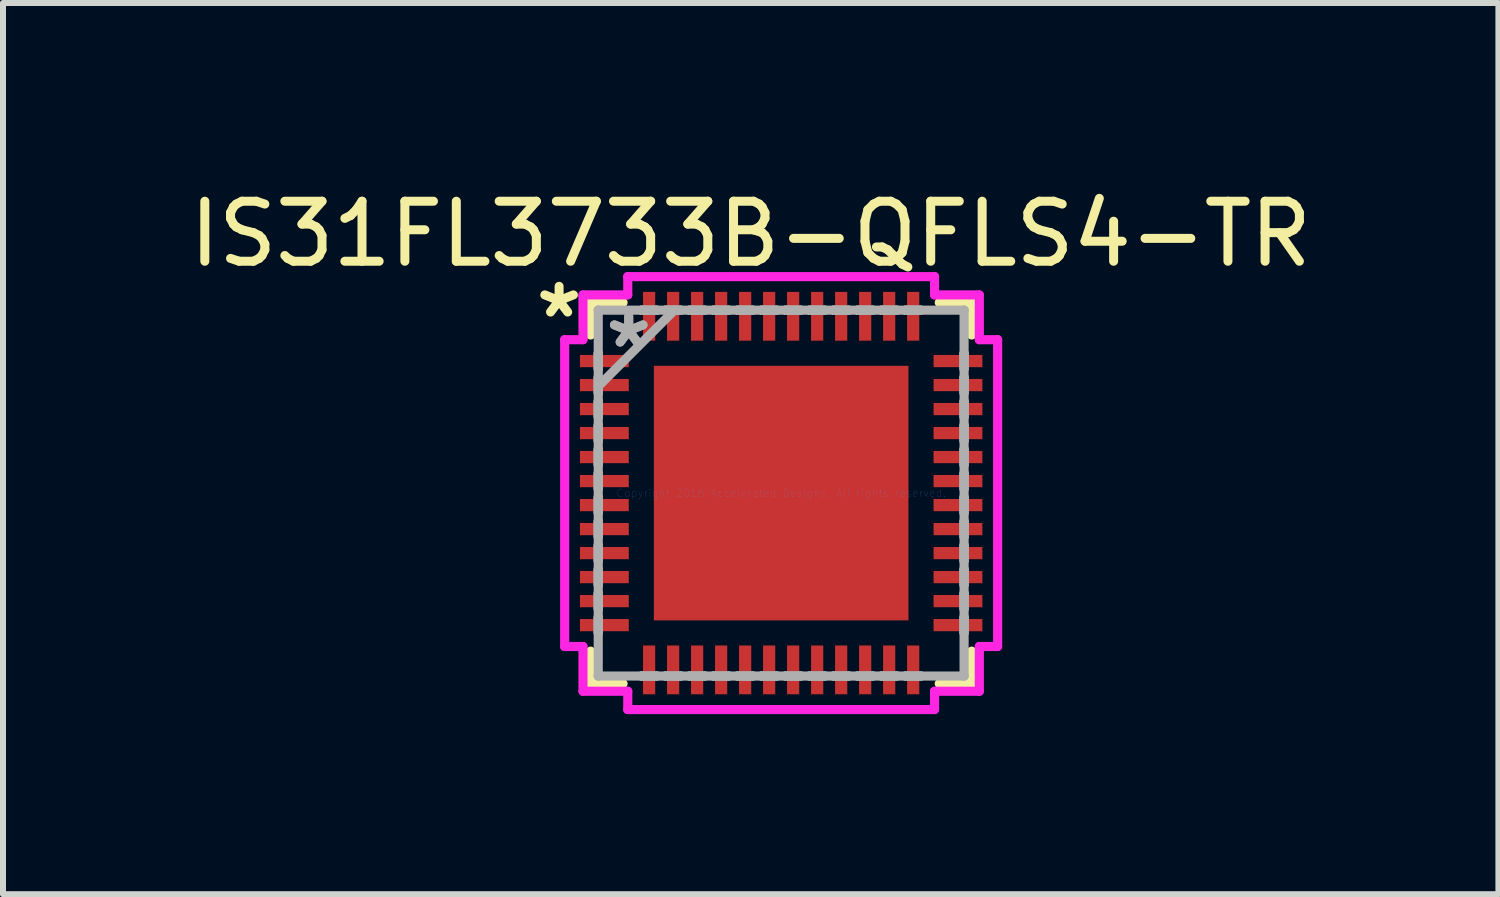
<source format=kicad_pcb>
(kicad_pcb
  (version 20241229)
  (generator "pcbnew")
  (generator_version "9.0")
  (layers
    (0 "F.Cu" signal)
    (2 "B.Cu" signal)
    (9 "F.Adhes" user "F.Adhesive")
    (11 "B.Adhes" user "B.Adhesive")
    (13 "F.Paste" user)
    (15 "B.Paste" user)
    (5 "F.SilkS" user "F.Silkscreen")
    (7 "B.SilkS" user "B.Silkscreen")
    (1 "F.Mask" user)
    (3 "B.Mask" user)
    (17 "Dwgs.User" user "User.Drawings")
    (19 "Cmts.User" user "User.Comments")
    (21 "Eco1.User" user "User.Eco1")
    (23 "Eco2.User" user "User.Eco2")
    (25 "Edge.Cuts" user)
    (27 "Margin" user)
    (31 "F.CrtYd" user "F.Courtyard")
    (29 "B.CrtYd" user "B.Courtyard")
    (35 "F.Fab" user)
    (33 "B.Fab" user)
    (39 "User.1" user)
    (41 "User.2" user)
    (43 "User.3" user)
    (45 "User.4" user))
  (footprint "IS31FL3733B-QFLS4-TR"
    (layer "F.Cu")
    (at 9.966 5.166)
    (property "Reference" "IS31FL3733B-QFLS4-TR" (at -0.508 -4.318 0) (layer "F.SilkS") (effects (font (size 1 1) (thickness 0.15))))
    (attr smd)
    (fp_line (start -3.175 -3.175) (end -3.175 -2.634) (stroke (width 0.152) (type solid)) (layer "F.SilkS"))
    (fp_line (start -3.175 2.634) (end -3.175 3.175) (stroke (width 0.152) (type solid)) (layer "F.SilkS"))
    (fp_line (start -3.175 3.175) (end -2.634 3.175) (stroke (width 0.152) (type solid)) (layer "F.SilkS"))
    (fp_line (start -2.634 -3.175) (end -3.175 -3.175) (stroke (width 0.152) (type solid)) (layer "F.SilkS"))
    (fp_line (start 2.634 3.175) (end 3.175 3.175) (stroke (width 0.152) (type solid)) (layer "F.SilkS"))
    (fp_line (start 3.175 -3.175) (end 2.634 -3.175) (stroke (width 0.152) (type solid)) (layer "F.SilkS"))
    (fp_line (start 3.175 -2.634) (end 3.175 -3.175) (stroke (width 0.152) (type solid)) (layer "F.SilkS"))
    (fp_line (start 3.175 3.175) (end 3.175 2.634) (stroke (width 0.152) (type solid)) (layer "F.SilkS"))
    (fp_line (start -2.021 -2.021) (end -2.021 -0.807) (stroke (width 0.152) (type solid)) (layer "F.Paste"))
    (fp_line (start -2.021 -0.807) (end -0.807 -0.807) (stroke (width 0.152) (type solid)) (layer "F.Paste"))
    (fp_line (start -2.021 -0.607) (end -2.021 0.607) (stroke (width 0.152) (type solid)) (layer "F.Paste"))
    (fp_line (start -2.021 0.607) (end -0.807 0.607) (stroke (width 0.152) (type solid)) (layer "F.Paste"))
    (fp_line (start -2.021 0.807) (end -2.021 2.021) (stroke (width 0.152) (type solid)) (layer "F.Paste"))
    (fp_line (start -2.021 2.021) (end -0.807 2.021) (stroke (width 0.152) (type solid)) (layer "F.Paste"))
    (fp_line (start -0.807 -2.021) (end -2.021 -2.021) (stroke (width 0.152) (type solid)) (layer "F.Paste"))
    (fp_line (start -0.807 -0.807) (end -0.807 -2.021) (stroke (width 0.152) (type solid)) (layer "F.Paste"))
    (fp_line (start -0.807 -0.607) (end -2.021 -0.607) (stroke (width 0.152) (type solid)) (layer "F.Paste"))
    (fp_line (start -0.807 0.607) (end -0.807 -0.607) (stroke (width 0.152) (type solid)) (layer "F.Paste"))
    (fp_line (start -0.807 0.807) (end -2.021 0.807) (stroke (width 0.152) (type solid)) (layer "F.Paste"))
    (fp_line (start -0.807 2.021) (end -0.807 0.807) (stroke (width 0.152) (type solid)) (layer "F.Paste"))
    (fp_line (start -0.607 -2.021) (end -0.607 -0.807) (stroke (width 0.152) (type solid)) (layer "F.Paste"))
    (fp_line (start -0.607 -0.807) (end 0.607 -0.807) (stroke (width 0.152) (type solid)) (layer "F.Paste"))
    (fp_line (start -0.607 -0.607) (end -0.607 0.607) (stroke (width 0.152) (type solid)) (layer "F.Paste"))
    (fp_line (start -0.607 0.607) (end 0.607 0.607) (stroke (width 0.152) (type solid)) (layer "F.Paste"))
    (fp_line (start -0.607 0.807) (end -0.607 2.021) (stroke (width 0.152) (type solid)) (layer "F.Paste"))
    (fp_line (start -0.607 2.021) (end 0.607 2.021) (stroke (width 0.152) (type solid)) (layer "F.Paste"))
    (fp_line (start 0.607 -2.021) (end -0.607 -2.021) (stroke (width 0.152) (type solid)) (layer "F.Paste"))
    (fp_line (start 0.607 -0.807) (end 0.607 -2.021) (stroke (width 0.152) (type solid)) (layer "F.Paste"))
    (fp_line (start 0.607 -0.607) (end -0.607 -0.607) (stroke (width 0.152) (type solid)) (layer "F.Paste"))
    (fp_line (start 0.607 0.607) (end 0.607 -0.607) (stroke (width 0.152) (type solid)) (layer "F.Paste"))
    (fp_line (start 0.607 0.807) (end -0.607 0.807) (stroke (width 0.152) (type solid)) (layer "F.Paste"))
    (fp_line (start 0.607 2.021) (end 0.607 0.807) (stroke (width 0.152) (type solid)) (layer "F.Paste"))
    (fp_line (start 0.807 -2.021) (end 0.807 -0.807) (stroke (width 0.152) (type solid)) (layer "F.Paste"))
    (fp_line (start 0.807 -0.807) (end 2.021 -0.807) (stroke (width 0.152) (type solid)) (layer "F.Paste"))
    (fp_line (start 0.807 -0.607) (end 0.807 0.607) (stroke (width 0.152) (type solid)) (layer "F.Paste"))
    (fp_line (start 0.807 0.607) (end 2.021 0.607) (stroke (width 0.152) (type solid)) (layer "F.Paste"))
    (fp_line (start 0.807 0.807) (end 0.807 2.021) (stroke (width 0.152) (type solid)) (layer "F.Paste"))
    (fp_line (start 0.807 2.021) (end 2.021 2.021) (stroke (width 0.152) (type solid)) (layer "F.Paste"))
    (fp_line (start 2.021 -2.021) (end 0.807 -2.021) (stroke (width 0.152) (type solid)) (layer "F.Paste"))
    (fp_line (start 2.021 -0.807) (end 2.021 -2.021) (stroke (width 0.152) (type solid)) (layer "F.Paste"))
    (fp_line (start 2.021 -0.607) (end 0.807 -0.607) (stroke (width 0.152) (type solid)) (layer "F.Paste"))
    (fp_line (start 2.021 0.607) (end 2.021 -0.607) (stroke (width 0.152) (type solid)) (layer "F.Paste"))
    (fp_line (start 2.021 0.807) (end 0.807 0.807) (stroke (width 0.152) (type solid)) (layer "F.Paste"))
    (fp_line (start 2.021 2.021) (end 2.021 0.807) (stroke (width 0.152) (type solid)) (layer "F.Paste"))
    (fp_line (start -3.607 -2.556) (end -3.302 -2.556) (stroke (width 0.152) (type solid)) (layer "F.CrtYd"))
    (fp_line (start -3.607 2.556) (end -3.607 -2.556) (stroke (width 0.152) (type solid)) (layer "F.CrtYd"))
    (fp_line (start -3.302 -3.302) (end -2.556 -3.302) (stroke (width 0.152) (type solid)) (layer "F.CrtYd"))
    (fp_line (start -3.302 -2.556) (end -3.302 -3.302) (stroke (width 0.152) (type solid)) (layer "F.CrtYd"))
    (fp_line (start -3.302 2.556) (end -3.607 2.556) (stroke (width 0.152) (type solid)) (layer "F.CrtYd"))
    (fp_line (start -3.302 3.302) (end -3.302 2.556) (stroke (width 0.152) (type solid)) (layer "F.CrtYd"))
    (fp_line (start -2.556 -3.607) (end 2.556 -3.607) (stroke (width 0.152) (type solid)) (layer "F.CrtYd"))
    (fp_line (start -2.556 -3.302) (end -2.556 -3.607) (stroke (width 0.152) (type solid)) (layer "F.CrtYd"))
    (fp_line (start -2.556 3.302) (end -3.302 3.302) (stroke (width 0.152) (type solid)) (layer "F.CrtYd"))
    (fp_line (start -2.556 3.607) (end -2.556 3.302) (stroke (width 0.152) (type solid)) (layer "F.CrtYd"))
    (fp_line (start 2.556 -3.607) (end 2.556 -3.302) (stroke (width 0.152) (type solid)) (layer "F.CrtYd"))
    (fp_line (start 2.556 -3.302) (end 3.302 -3.302) (stroke (width 0.152) (type solid)) (layer "F.CrtYd"))
    (fp_line (start 2.556 3.302) (end 2.556 3.607) (stroke (width 0.152) (type solid)) (layer "F.CrtYd"))
    (fp_line (start 2.556 3.607) (end -2.556 3.607) (stroke (width 0.152) (type solid)) (layer "F.CrtYd"))
    (fp_line (start 3.302 -3.302) (end 3.302 -2.556) (stroke (width 0.152) (type solid)) (layer "F.CrtYd"))
    (fp_line (start 3.302 -2.556) (end 3.607 -2.556) (stroke (width 0.152) (type solid)) (layer "F.CrtYd"))
    (fp_line (start 3.302 2.556) (end 3.302 3.302) (stroke (width 0.152) (type solid)) (layer "F.CrtYd"))
    (fp_line (start 3.302 3.302) (end 2.556 3.302) (stroke (width 0.152) (type solid)) (layer "F.CrtYd"))
    (fp_line (start 3.607 -2.556) (end 3.607 2.556) (stroke (width 0.152) (type solid)) (layer "F.CrtYd"))
    (fp_line (start 3.607 2.556) (end 3.302 2.556) (stroke (width 0.152) (type solid)) (layer "F.CrtYd"))
    (fp_line (start -3.048 -3.048) (end -3.048 -3.048) (stroke (width 0.152) (type solid)) (layer "F.Fab"))
    (fp_line (start -3.048 -3.048) (end -3.048 3.048) (stroke (width 0.152) (type solid)) (layer "F.Fab"))
    (fp_line (start -3.048 -2.327) (end -3.048 -2.327) (stroke (width 0.152) (type solid)) (layer "F.Fab"))
    (fp_line (start -3.048 -2.327) (end -3.048 -2.073) (stroke (width 0.152) (type solid)) (layer "F.Fab"))
    (fp_line (start -3.048 -2.073) (end -3.048 -2.327) (stroke (width 0.152) (type solid)) (layer "F.Fab"))
    (fp_line (start -3.048 -2.073) (end -3.048 -2.073) (stroke (width 0.152) (type solid)) (layer "F.Fab"))
    (fp_line (start -3.048 -1.927) (end -3.048 -1.927) (stroke (width 0.152) (type solid)) (layer "F.Fab"))
    (fp_line (start -3.048 -1.927) (end -3.048 -1.673) (stroke (width 0.152) (type solid)) (layer "F.Fab"))
    (fp_line (start -3.048 -1.778) (end -1.778 -3.048) (stroke (width 0.152) (type solid)) (layer "F.Fab"))
    (fp_line (start -3.048 -1.673) (end -3.048 -1.927) (stroke (width 0.152) (type solid)) (layer "F.Fab"))
    (fp_line (start -3.048 -1.673) (end -3.048 -1.673) (stroke (width 0.152) (type solid)) (layer "F.Fab"))
    (fp_line (start -3.048 -1.527) (end -3.048 -1.527) (stroke (width 0.152) (type solid)) (layer "F.Fab"))
    (fp_line (start -3.048 -1.527) (end -3.048 -1.273) (stroke (width 0.152) (type solid)) (layer "F.Fab"))
    (fp_line (start -3.048 -1.273) (end -3.048 -1.527) (stroke (width 0.152) (type solid)) (layer "F.Fab"))
    (fp_line (start -3.048 -1.273) (end -3.048 -1.273) (stroke (width 0.152) (type solid)) (layer "F.Fab"))
    (fp_line (start -3.048 -1.127) (end -3.048 -1.127) (stroke (width 0.152) (type solid)) (layer "F.Fab"))
    (fp_line (start -3.048 -1.127) (end -3.048 -0.873) (stroke (width 0.152) (type solid)) (layer "F.Fab"))
    (fp_line (start -3.048 -0.873) (end -3.048 -1.127) (stroke (width 0.152) (type solid)) (layer "F.Fab"))
    (fp_line (start -3.048 -0.873) (end -3.048 -0.873) (stroke (width 0.152) (type solid)) (layer "F.Fab"))
    (fp_line (start -3.048 -0.727) (end -3.048 -0.727) (stroke (width 0.152) (type solid)) (layer "F.Fab"))
    (fp_line (start -3.048 -0.727) (end -3.048 -0.473) (stroke (width 0.152) (type solid)) (layer "F.Fab"))
    (fp_line (start -3.048 -0.473) (end -3.048 -0.727) (stroke (width 0.152) (type solid)) (layer "F.Fab"))
    (fp_line (start -3.048 -0.473) (end -3.048 -0.473) (stroke (width 0.152) (type solid)) (layer "F.Fab"))
    (fp_line (start -3.048 -0.327) (end -3.048 -0.327) (stroke (width 0.152) (type solid)) (layer "F.Fab"))
    (fp_line (start -3.048 -0.327) (end -3.048 -0.073) (stroke (width 0.152) (type solid)) (layer "F.Fab"))
    (fp_line (start -3.048 -0.073) (end -3.048 -0.327) (stroke (width 0.152) (type solid)) (layer "F.Fab"))
    (fp_line (start -3.048 -0.073) (end -3.048 -0.073) (stroke (width 0.152) (type solid)) (layer "F.Fab"))
    (fp_line (start -3.048 0.073) (end -3.048 0.073) (stroke (width 0.152) (type solid)) (layer "F.Fab"))
    (fp_line (start -3.048 0.073) (end -3.048 0.327) (stroke (width 0.152) (type solid)) (layer "F.Fab"))
    (fp_line (start -3.048 0.327) (end -3.048 0.073) (stroke (width 0.152) (type solid)) (layer "F.Fab"))
    (fp_line (start -3.048 0.327) (end -3.048 0.327) (stroke (width 0.152) (type solid)) (layer "F.Fab"))
    (fp_line (start -3.048 0.473) (end -3.048 0.473) (stroke (width 0.152) (type solid)) (layer "F.Fab"))
    (fp_line (start -3.048 0.473) (end -3.048 0.727) (stroke (width 0.152) (type solid)) (layer "F.Fab"))
    (fp_line (start -3.048 0.727) (end -3.048 0.473) (stroke (width 0.152) (type solid)) (layer "F.Fab"))
    (fp_line (start -3.048 0.727) (end -3.048 0.727) (stroke (width 0.152) (type solid)) (layer "F.Fab"))
    (fp_line (start -3.048 0.873) (end -3.048 0.873) (stroke (width 0.152) (type solid)) (layer "F.Fab"))
    (fp_line (start -3.048 0.873) (end -3.048 1.127) (stroke (width 0.152) (type solid)) (layer "F.Fab"))
    (fp_line (start -3.048 1.127) (end -3.048 0.873) (stroke (width 0.152) (type solid)) (layer "F.Fab"))
    (fp_line (start -3.048 1.127) (end -3.048 1.127) (stroke (width 0.152) (type solid)) (layer "F.Fab"))
    (fp_line (start -3.048 1.273) (end -3.048 1.273) (stroke (width 0.152) (type solid)) (layer "F.Fab"))
    (fp_line (start -3.048 1.273) (end -3.048 1.527) (stroke (width 0.152) (type solid)) (layer "F.Fab"))
    (fp_line (start -3.048 1.527) (end -3.048 1.273) (stroke (width 0.152) (type solid)) (layer "F.Fab"))
    (fp_line (start -3.048 1.527) (end -3.048 1.527) (stroke (width 0.152) (type solid)) (layer "F.Fab"))
    (fp_line (start -3.048 1.673) (end -3.048 1.673) (stroke (width 0.152) (type solid)) (layer "F.Fab"))
    (fp_line (start -3.048 1.673) (end -3.048 1.927) (stroke (width 0.152) (type solid)) (layer "F.Fab"))
    (fp_line (start -3.048 1.927) (end -3.048 1.673) (stroke (width 0.152) (type solid)) (layer "F.Fab"))
    (fp_line (start -3.048 1.927) (end -3.048 1.927) (stroke (width 0.152) (type solid)) (layer "F.Fab"))
    (fp_line (start -3.048 2.073) (end -3.048 2.073) (stroke (width 0.152) (type solid)) (layer "F.Fab"))
    (fp_line (start -3.048 2.073) (end -3.048 2.327) (stroke (width 0.152) (type solid)) (layer "F.Fab"))
    (fp_line (start -3.048 2.327) (end -3.048 2.073) (stroke (width 0.152) (type solid)) (layer "F.Fab"))
    (fp_line (start -3.048 2.327) (end -3.048 2.327) (stroke (width 0.152) (type solid)) (layer "F.Fab"))
    (fp_line (start -3.048 3.048) (end -3.048 3.048) (stroke (width 0.152) (type solid)) (layer "F.Fab"))
    (fp_line (start -3.048 3.048) (end 3.048 3.048) (stroke (width 0.152) (type solid)) (layer "F.Fab"))
    (fp_line (start -2.327 -3.048) (end -2.327 -3.048) (stroke (width 0.152) (type solid)) (layer "F.Fab"))
    (fp_line (start -2.327 -3.048) (end -2.073 -3.048) (stroke (width 0.152) (type solid)) (layer "F.Fab"))
    (fp_line (start -2.327 3.048) (end -2.327 3.048) (stroke (width 0.152) (type solid)) (layer "F.Fab"))
    (fp_line (start -2.327 3.048) (end -2.073 3.048) (stroke (width 0.152) (type solid)) (layer "F.Fab"))
    (fp_line (start -2.073 -3.048) (end -2.327 -3.048) (stroke (width 0.152) (type solid)) (layer "F.Fab"))
    (fp_line (start -2.073 -3.048) (end -2.073 -3.048) (stroke (width 0.152) (type solid)) (layer "F.Fab"))
    (fp_line (start -2.073 3.048) (end -2.327 3.048) (stroke (width 0.152) (type solid)) (layer "F.Fab"))
    (fp_line (start -2.073 3.048) (end -2.073 3.048) (stroke (width 0.152) (type solid)) (layer "F.Fab"))
    (fp_line (start -1.927 -3.048) (end -1.927 -3.048) (stroke (width 0.152) (type solid)) (layer "F.Fab"))
    (fp_line (start -1.927 -3.048) (end -1.673 -3.048) (stroke (width 0.152) (type solid)) (layer "F.Fab"))
    (fp_line (start -1.927 3.048) (end -1.927 3.048) (stroke (width 0.152) (type solid)) (layer "F.Fab"))
    (fp_line (start -1.927 3.048) (end -1.673 3.048) (stroke (width 0.152) (type solid)) (layer "F.Fab"))
    (fp_line (start -1.673 -3.048) (end -1.927 -3.048) (stroke (width 0.152) (type solid)) (layer "F.Fab"))
    (fp_line (start -1.673 -3.048) (end -1.673 -3.048) (stroke (width 0.152) (type solid)) (layer "F.Fab"))
    (fp_line (start -1.673 3.048) (end -1.927 3.048) (stroke (width 0.152) (type solid)) (layer "F.Fab"))
    (fp_line (start -1.673 3.048) (end -1.673 3.048) (stroke (width 0.152) (type solid)) (layer "F.Fab"))
    (fp_line (start -1.527 -3.048) (end -1.527 -3.048) (stroke (width 0.152) (type solid)) (layer "F.Fab"))
    (fp_line (start -1.527 -3.048) (end -1.273 -3.048) (stroke (width 0.152) (type solid)) (layer "F.Fab"))
    (fp_line (start -1.527 3.048) (end -1.527 3.048) (stroke (width 0.152) (type solid)) (layer "F.Fab"))
    (fp_line (start -1.527 3.048) (end -1.273 3.048) (stroke (width 0.152) (type solid)) (layer "F.Fab"))
    (fp_line (start -1.273 -3.048) (end -1.527 -3.048) (stroke (width 0.152) (type solid)) (layer "F.Fab"))
    (fp_line (start -1.273 -3.048) (end -1.273 -3.048) (stroke (width 0.152) (type solid)) (layer "F.Fab"))
    (fp_line (start -1.273 3.048) (end -1.527 3.048) (stroke (width 0.152) (type solid)) (layer "F.Fab"))
    (fp_line (start -1.273 3.048) (end -1.273 3.048) (stroke (width 0.152) (type solid)) (layer "F.Fab"))
    (fp_line (start -1.127 -3.048) (end -1.127 -3.048) (stroke (width 0.152) (type solid)) (layer "F.Fab"))
    (fp_line (start -1.127 -3.048) (end -0.873 -3.048) (stroke (width 0.152) (type solid)) (layer "F.Fab"))
    (fp_line (start -1.127 3.048) (end -1.127 3.048) (stroke (width 0.152) (type solid)) (layer "F.Fab"))
    (fp_line (start -1.127 3.048) (end -0.873 3.048) (stroke (width 0.152) (type solid)) (layer "F.Fab"))
    (fp_line (start -0.873 -3.048) (end -1.127 -3.048) (stroke (width 0.152) (type solid)) (layer "F.Fab"))
    (fp_line (start -0.873 -3.048) (end -0.873 -3.048) (stroke (width 0.152) (type solid)) (layer "F.Fab"))
    (fp_line (start -0.873 3.048) (end -1.127 3.048) (stroke (width 0.152) (type solid)) (layer "F.Fab"))
    (fp_line (start -0.873 3.048) (end -0.873 3.048) (stroke (width 0.152) (type solid)) (layer "F.Fab"))
    (fp_line (start -0.727 -3.048) (end -0.727 -3.048) (stroke (width 0.152) (type solid)) (layer "F.Fab"))
    (fp_line (start -0.727 -3.048) (end -0.473 -3.048) (stroke (width 0.152) (type solid)) (layer "F.Fab"))
    (fp_line (start -0.727 3.048) (end -0.727 3.048) (stroke (width 0.152) (type solid)) (layer "F.Fab"))
    (fp_line (start -0.727 3.048) (end -0.473 3.048) (stroke (width 0.152) (type solid)) (layer "F.Fab"))
    (fp_line (start -0.473 -3.048) (end -0.727 -3.048) (stroke (width 0.152) (type solid)) (layer "F.Fab"))
    (fp_line (start -0.473 -3.048) (end -0.473 -3.048) (stroke (width 0.152) (type solid)) (layer "F.Fab"))
    (fp_line (start -0.473 3.048) (end -0.727 3.048) (stroke (width 0.152) (type solid)) (layer "F.Fab"))
    (fp_line (start -0.473 3.048) (end -0.473 3.048) (stroke (width 0.152) (type solid)) (layer "F.Fab"))
    (fp_line (start -0.327 -3.048) (end -0.327 -3.048) (stroke (width 0.152) (type solid)) (layer "F.Fab"))
    (fp_line (start -0.327 -3.048) (end -0.073 -3.048) (stroke (width 0.152) (type solid)) (layer "F.Fab"))
    (fp_line (start -0.327 3.048) (end -0.327 3.048) (stroke (width 0.152) (type solid)) (layer "F.Fab"))
    (fp_line (start -0.327 3.048) (end -0.073 3.048) (stroke (width 0.152) (type solid)) (layer "F.Fab"))
    (fp_line (start -0.073 -3.048) (end -0.327 -3.048) (stroke (width 0.152) (type solid)) (layer "F.Fab"))
    (fp_line (start -0.073 -3.048) (end -0.073 -3.048) (stroke (width 0.152) (type solid)) (layer "F.Fab"))
    (fp_line (start -0.073 3.048) (end -0.327 3.048) (stroke (width 0.152) (type solid)) (layer "F.Fab"))
    (fp_line (start -0.073 3.048) (end -0.073 3.048) (stroke (width 0.152) (type solid)) (layer "F.Fab"))
    (fp_line (start 0.073 -3.048) (end 0.073 -3.048) (stroke (width 0.152) (type solid)) (layer "F.Fab"))
    (fp_line (start 0.073 -3.048) (end 0.327 -3.048) (stroke (width 0.152) (type solid)) (layer "F.Fab"))
    (fp_line (start 0.073 3.048) (end 0.073 3.048) (stroke (width 0.152) (type solid)) (layer "F.Fab"))
    (fp_line (start 0.073 3.048) (end 0.327 3.048) (stroke (width 0.152) (type solid)) (layer "F.Fab"))
    (fp_line (start 0.327 -3.048) (end 0.073 -3.048) (stroke (width 0.152) (type solid)) (layer "F.Fab"))
    (fp_line (start 0.327 -3.048) (end 0.327 -3.048) (stroke (width 0.152) (type solid)) (layer "F.Fab"))
    (fp_line (start 0.327 3.048) (end 0.073 3.048) (stroke (width 0.152) (type solid)) (layer "F.Fab"))
    (fp_line (start 0.327 3.048) (end 0.327 3.048) (stroke (width 0.152) (type solid)) (layer "F.Fab"))
    (fp_line (start 0.473 -3.048) (end 0.473 -3.048) (stroke (width 0.152) (type solid)) (layer "F.Fab"))
    (fp_line (start 0.473 -3.048) (end 0.727 -3.048) (stroke (width 0.152) (type solid)) (layer "F.Fab"))
    (fp_line (start 0.473 3.048) (end 0.473 3.048) (stroke (width 0.152) (type solid)) (layer "F.Fab"))
    (fp_line (start 0.473 3.048) (end 0.727 3.048) (stroke (width 0.152) (type solid)) (layer "F.Fab"))
    (fp_line (start 0.727 -3.048) (end 0.473 -3.048) (stroke (width 0.152) (type solid)) (layer "F.Fab"))
    (fp_line (start 0.727 -3.048) (end 0.727 -3.048) (stroke (width 0.152) (type solid)) (layer "F.Fab"))
    (fp_line (start 0.727 3.048) (end 0.473 3.048) (stroke (width 0.152) (type solid)) (layer "F.Fab"))
    (fp_line (start 0.727 3.048) (end 0.727 3.048) (stroke (width 0.152) (type solid)) (layer "F.Fab"))
    (fp_line (start 0.873 -3.048) (end 0.873 -3.048) (stroke (width 0.152) (type solid)) (layer "F.Fab"))
    (fp_line (start 0.873 -3.048) (end 1.127 -3.048) (stroke (width 0.152) (type solid)) (layer "F.Fab"))
    (fp_line (start 0.873 3.048) (end 0.873 3.048) (stroke (width 0.152) (type solid)) (layer "F.Fab"))
    (fp_line (start 0.873 3.048) (end 1.127 3.048) (stroke (width 0.152) (type solid)) (layer "F.Fab"))
    (fp_line (start 1.127 -3.048) (end 0.873 -3.048) (stroke (width 0.152) (type solid)) (layer "F.Fab"))
    (fp_line (start 1.127 -3.048) (end 1.127 -3.048) (stroke (width 0.152) (type solid)) (layer "F.Fab"))
    (fp_line (start 1.127 3.048) (end 0.873 3.048) (stroke (width 0.152) (type solid)) (layer "F.Fab"))
    (fp_line (start 1.127 3.048) (end 1.127 3.048) (stroke (width 0.152) (type solid)) (layer "F.Fab"))
    (fp_line (start 1.273 -3.048) (end 1.273 -3.048) (stroke (width 0.152) (type solid)) (layer "F.Fab"))
    (fp_line (start 1.273 -3.048) (end 1.527 -3.048) (stroke (width 0.152) (type solid)) (layer "F.Fab"))
    (fp_line (start 1.273 3.048) (end 1.273 3.048) (stroke (width 0.152) (type solid)) (layer "F.Fab"))
    (fp_line (start 1.273 3.048) (end 1.527 3.048) (stroke (width 0.152) (type solid)) (layer "F.Fab"))
    (fp_line (start 1.527 -3.048) (end 1.273 -3.048) (stroke (width 0.152) (type solid)) (layer "F.Fab"))
    (fp_line (start 1.527 -3.048) (end 1.527 -3.048) (stroke (width 0.152) (type solid)) (layer "F.Fab"))
    (fp_line (start 1.527 3.048) (end 1.273 3.048) (stroke (width 0.152) (type solid)) (layer "F.Fab"))
    (fp_line (start 1.527 3.048) (end 1.527 3.048) (stroke (width 0.152) (type solid)) (layer "F.Fab"))
    (fp_line (start 1.673 -3.048) (end 1.673 -3.048) (stroke (width 0.152) (type solid)) (layer "F.Fab"))
    (fp_line (start 1.673 -3.048) (end 1.927 -3.048) (stroke (width 0.152) (type solid)) (layer "F.Fab"))
    (fp_line (start 1.673 3.048) (end 1.673 3.048) (stroke (width 0.152) (type solid)) (layer "F.Fab"))
    (fp_line (start 1.673 3.048) (end 1.927 3.048) (stroke (width 0.152) (type solid)) (layer "F.Fab"))
    (fp_line (start 1.927 -3.048) (end 1.673 -3.048) (stroke (width 0.152) (type solid)) (layer "F.Fab"))
    (fp_line (start 1.927 -3.048) (end 1.927 -3.048) (stroke (width 0.152) (type solid)) (layer "F.Fab"))
    (fp_line (start 1.927 3.048) (end 1.673 3.048) (stroke (width 0.152) (type solid)) (layer "F.Fab"))
    (fp_line (start 1.927 3.048) (end 1.927 3.048) (stroke (width 0.152) (type solid)) (layer "F.Fab"))
    (fp_line (start 2.073 -3.048) (end 2.073 -3.048) (stroke (width 0.152) (type solid)) (layer "F.Fab"))
    (fp_line (start 2.073 -3.048) (end 2.327 -3.048) (stroke (width 0.152) (type solid)) (layer "F.Fab"))
    (fp_line (start 2.073 3.048) (end 2.073 3.048) (stroke (width 0.152) (type solid)) (layer "F.Fab"))
    (fp_line (start 2.073 3.048) (end 2.327 3.048) (stroke (width 0.152) (type solid)) (layer "F.Fab"))
    (fp_line (start 2.327 -3.048) (end 2.073 -3.048) (stroke (width 0.152) (type solid)) (layer "F.Fab"))
    (fp_line (start 2.327 -3.048) (end 2.327 -3.048) (stroke (width 0.152) (type solid)) (layer "F.Fab"))
    (fp_line (start 2.327 3.048) (end 2.073 3.048) (stroke (width 0.152) (type solid)) (layer "F.Fab"))
    (fp_line (start 2.327 3.048) (end 2.327 3.048) (stroke (width 0.152) (type solid)) (layer "F.Fab"))
    (fp_line (start 3.048 -3.048) (end -3.048 -3.048) (stroke (width 0.152) (type solid)) (layer "F.Fab"))
    (fp_line (start 3.048 -3.048) (end 3.048 -3.048) (stroke (width 0.152) (type solid)) (layer "F.Fab"))
    (fp_line (start 3.048 -2.327) (end 3.048 -2.327) (stroke (width 0.152) (type solid)) (layer "F.Fab"))
    (fp_line (start 3.048 -2.327) (end 3.048 -2.073) (stroke (width 0.152) (type solid)) (layer "F.Fab"))
    (fp_line (start 3.048 -2.073) (end 3.048 -2.327) (stroke (width 0.152) (type solid)) (layer "F.Fab"))
    (fp_line (start 3.048 -2.073) (end 3.048 -2.073) (stroke (width 0.152) (type solid)) (layer "F.Fab"))
    (fp_line (start 3.048 -1.927) (end 3.048 -1.927) (stroke (width 0.152) (type solid)) (layer "F.Fab"))
    (fp_line (start 3.048 -1.927) (end 3.048 -1.673) (stroke (width 0.152) (type solid)) (layer "F.Fab"))
    (fp_line (start 3.048 -1.673) (end 3.048 -1.927) (stroke (width 0.152) (type solid)) (layer "F.Fab"))
    (fp_line (start 3.048 -1.673) (end 3.048 -1.673) (stroke (width 0.152) (type solid)) (layer "F.Fab"))
    (fp_line (start 3.048 -1.527) (end 3.048 -1.527) (stroke (width 0.152) (type solid)) (layer "F.Fab"))
    (fp_line (start 3.048 -1.527) (end 3.048 -1.273) (stroke (width 0.152) (type solid)) (layer "F.Fab"))
    (fp_line (start 3.048 -1.273) (end 3.048 -1.527) (stroke (width 0.152) (type solid)) (layer "F.Fab"))
    (fp_line (start 3.048 -1.273) (end 3.048 -1.273) (stroke (width 0.152) (type solid)) (layer "F.Fab"))
    (fp_line (start 3.048 -1.127) (end 3.048 -1.127) (stroke (width 0.152) (type solid)) (layer "F.Fab"))
    (fp_line (start 3.048 -1.127) (end 3.048 -0.873) (stroke (width 0.152) (type solid)) (layer "F.Fab"))
    (fp_line (start 3.048 -0.873) (end 3.048 -1.127) (stroke (width 0.152) (type solid)) (layer "F.Fab"))
    (fp_line (start 3.048 -0.873) (end 3.048 -0.873) (stroke (width 0.152) (type solid)) (layer "F.Fab"))
    (fp_line (start 3.048 -0.727) (end 3.048 -0.727) (stroke (width 0.152) (type solid)) (layer "F.Fab"))
    (fp_line (start 3.048 -0.727) (end 3.048 -0.473) (stroke (width 0.152) (type solid)) (layer "F.Fab"))
    (fp_line (start 3.048 -0.473) (end 3.048 -0.727) (stroke (width 0.152) (type solid)) (layer "F.Fab"))
    (fp_line (start 3.048 -0.473) (end 3.048 -0.473) (stroke (width 0.152) (type solid)) (layer "F.Fab"))
    (fp_line (start 3.048 -0.327) (end 3.048 -0.327) (stroke (width 0.152) (type solid)) (layer "F.Fab"))
    (fp_line (start 3.048 -0.327) (end 3.048 -0.073) (stroke (width 0.152) (type solid)) (layer "F.Fab"))
    (fp_line (start 3.048 -0.073) (end 3.048 -0.327) (stroke (width 0.152) (type solid)) (layer "F.Fab"))
    (fp_line (start 3.048 -0.073) (end 3.048 -0.073) (stroke (width 0.152) (type solid)) (layer "F.Fab"))
    (fp_line (start 3.048 0.073) (end 3.048 0.073) (stroke (width 0.152) (type solid)) (layer "F.Fab"))
    (fp_line (start 3.048 0.073) (end 3.048 0.327) (stroke (width 0.152) (type solid)) (layer "F.Fab"))
    (fp_line (start 3.048 0.327) (end 3.048 0.073) (stroke (width 0.152) (type solid)) (layer "F.Fab"))
    (fp_line (start 3.048 0.327) (end 3.048 0.327) (stroke (width 0.152) (type solid)) (layer "F.Fab"))
    (fp_line (start 3.048 0.473) (end 3.048 0.473) (stroke (width 0.152) (type solid)) (layer "F.Fab"))
    (fp_line (start 3.048 0.473) (end 3.048 0.727) (stroke (width 0.152) (type solid)) (layer "F.Fab"))
    (fp_line (start 3.048 0.727) (end 3.048 0.473) (stroke (width 0.152) (type solid)) (layer "F.Fab"))
    (fp_line (start 3.048 0.727) (end 3.048 0.727) (stroke (width 0.152) (type solid)) (layer "F.Fab"))
    (fp_line (start 3.048 0.873) (end 3.048 0.873) (stroke (width 0.152) (type solid)) (layer "F.Fab"))
    (fp_line (start 3.048 0.873) (end 3.048 1.127) (stroke (width 0.152) (type solid)) (layer "F.Fab"))
    (fp_line (start 3.048 1.127) (end 3.048 0.873) (stroke (width 0.152) (type solid)) (layer "F.Fab"))
    (fp_line (start 3.048 1.127) (end 3.048 1.127) (stroke (width 0.152) (type solid)) (layer "F.Fab"))
    (fp_line (start 3.048 1.273) (end 3.048 1.273) (stroke (width 0.152) (type solid)) (layer "F.Fab"))
    (fp_line (start 3.048 1.273) (end 3.048 1.527) (stroke (width 0.152) (type solid)) (layer "F.Fab"))
    (fp_line (start 3.048 1.527) (end 3.048 1.273) (stroke (width 0.152) (type solid)) (layer "F.Fab"))
    (fp_line (start 3.048 1.527) (end 3.048 1.527) (stroke (width 0.152) (type solid)) (layer "F.Fab"))
    (fp_line (start 3.048 1.673) (end 3.048 1.673) (stroke (width 0.152) (type solid)) (layer "F.Fab"))
    (fp_line (start 3.048 1.673) (end 3.048 1.927) (stroke (width 0.152) (type solid)) (layer "F.Fab"))
    (fp_line (start 3.048 1.927) (end 3.048 1.673) (stroke (width 0.152) (type solid)) (layer "F.Fab"))
    (fp_line (start 3.048 1.927) (end 3.048 1.927) (stroke (width 0.152) (type solid)) (layer "F.Fab"))
    (fp_line (start 3.048 2.073) (end 3.048 2.073) (stroke (width 0.152) (type solid)) (layer "F.Fab"))
    (fp_line (start 3.048 2.073) (end 3.048 2.327) (stroke (width 0.152) (type solid)) (layer "F.Fab"))
    (fp_line (start 3.048 2.327) (end 3.048 2.073) (stroke (width 0.152) (type solid)) (layer "F.Fab"))
    (fp_line (start 3.048 2.327) (end 3.048 2.327) (stroke (width 0.152) (type solid)) (layer "F.Fab"))
    (fp_line (start 3.048 3.048) (end 3.048 -3.048) (stroke (width 0.152) (type solid)) (layer "F.Fab"))
    (fp_line (start 3.048 3.048) (end 3.048 3.048) (stroke (width 0.152) (type solid)) (layer "F.Fab"))
    (fp_text user "*" (at -3.7 -2.9 0) (layer "F.SilkS") (effects (font (size 1 1) (thickness 0.15))))
    (fp_text user "Copyright 2016 Accelerated Designs. All rights reserved." (at 0 0 0) (layer "Cmts.User") (effects (font (size 0.127 0.127) (thickness 0.002))))
    (fp_text user "*" (at -2.54 -2.4 0) (layer "F.Fab") (effects (font (size 1 1) (thickness 0.15))))
    (fp_text user "*" (at -2.54 -2.4 0) (layer "F.Fab") (effects (font (size 1 1) (thickness 0.15))))
    (pad "1" smd rect (at -2.946 -2.2 90) (size 0.203 0.813) (layers "F.Cu" "F.Mask" "F.Paste"))
    (pad "2" smd rect (at -2.946 -1.8 90) (size 0.203 0.813) (layers "F.Cu" "F.Mask" "F.Paste"))
    (pad "3" smd rect (at -2.946 -1.4 90) (size 0.203 0.813) (layers "F.Cu" "F.Mask" "F.Paste"))
    (pad "4" smd rect (at -2.946 -1 90) (size 0.203 0.813) (layers "F.Cu" "F.Mask" "F.Paste"))
    (pad "5" smd rect (at -2.946 -0.6 90) (size 0.203 0.813) (layers "F.Cu" "F.Mask" "F.Paste"))
    (pad "6" smd rect (at -2.946 -0.2 90) (size 0.203 0.813) (layers "F.Cu" "F.Mask" "F.Paste"))
    (pad "7" smd rect (at -2.946 0.2 90) (size 0.203 0.813) (layers "F.Cu" "F.Mask" "F.Paste"))
    (pad "8" smd rect (at -2.946 0.6 90) (size 0.203 0.813) (layers "F.Cu" "F.Mask" "F.Paste"))
    (pad "9" smd rect (at -2.946 1 90) (size 0.203 0.813) (layers "F.Cu" "F.Mask" "F.Paste"))
    (pad "10" smd rect (at -2.946 1.4 90) (size 0.203 0.813) (layers "F.Cu" "F.Mask" "F.Paste"))
    (pad "11" smd rect (at -2.946 1.8 90) (size 0.203 0.813) (layers "F.Cu" "F.Mask" "F.Paste"))
    (pad "12" smd rect (at -2.946 2.2 90) (size 0.203 0.813) (layers "F.Cu" "F.Mask" "F.Paste"))
    (pad "13" smd rect (at -2.2 2.946) (size 0.203 0.813) (layers "F.Cu" "F.Mask" "F.Paste"))
    (pad "14" smd rect (at -1.8 2.946) (size 0.203 0.813) (layers "F.Cu" "F.Mask" "F.Paste"))
    (pad "15" smd rect (at -1.4 2.946) (size 0.203 0.813) (layers "F.Cu" "F.Mask" "F.Paste"))
    (pad "16" smd rect (at -1 2.946) (size 0.203 0.813) (layers "F.Cu" "F.Mask" "F.Paste"))
    (pad "17" smd rect (at -0.6 2.946) (size 0.203 0.813) (layers "F.Cu" "F.Mask" "F.Paste"))
    (pad "18" smd rect (at -0.2 2.946) (size 0.203 0.813) (layers "F.Cu" "F.Mask" "F.Paste"))
    (pad "19" smd rect (at 0.2 2.946) (size 0.203 0.813) (layers "F.Cu" "F.Mask" "F.Paste"))
    (pad "20" smd rect (at 0.6 2.946) (size 0.203 0.813) (layers "F.Cu" "F.Mask" "F.Paste"))
    (pad "21" smd rect (at 1 2.946) (size 0.203 0.813) (layers "F.Cu" "F.Mask" "F.Paste"))
    (pad "22" smd rect (at 1.4 2.946) (size 0.203 0.813) (layers "F.Cu" "F.Mask" "F.Paste"))
    (pad "23" smd rect (at 1.8 2.946) (size 0.203 0.813) (layers "F.Cu" "F.Mask" "F.Paste"))
    (pad "24" smd rect (at 2.2 2.946) (size 0.203 0.813) (layers "F.Cu" "F.Mask" "F.Paste"))
    (pad "25" smd rect (at 2.946 2.2 90) (size 0.203 0.813) (layers "F.Cu" "F.Mask" "F.Paste"))
    (pad "26" smd rect (at 2.946 1.8 90) (size 0.203 0.813) (layers "F.Cu" "F.Mask" "F.Paste"))
    (pad "27" smd rect (at 2.946 1.4 90) (size 0.203 0.813) (layers "F.Cu" "F.Mask" "F.Paste"))
    (pad "28" smd rect (at 2.946 1 90) (size 0.203 0.813) (layers "F.Cu" "F.Mask" "F.Paste"))
    (pad "29" smd rect (at 2.946 0.6 90) (size 0.203 0.813) (layers "F.Cu" "F.Mask" "F.Paste"))
    (pad "30" smd rect (at 2.946 0.2 90) (size 0.203 0.813) (layers "F.Cu" "F.Mask" "F.Paste"))
    (pad "31" smd rect (at 2.946 -0.2 90) (size 0.203 0.813) (layers "F.Cu" "F.Mask" "F.Paste"))
    (pad "32" smd rect (at 2.946 -0.6 90) (size 0.203 0.813) (layers "F.Cu" "F.Mask" "F.Paste"))
    (pad "33" smd rect (at 2.946 -1 90) (size 0.203 0.813) (layers "F.Cu" "F.Mask" "F.Paste"))
    (pad "34" smd rect (at 2.946 -1.4 90) (size 0.203 0.813) (layers "F.Cu" "F.Mask" "F.Paste"))
    (pad "35" smd rect (at 2.946 -1.8 90) (size 0.203 0.813) (layers "F.Cu" "F.Mask" "F.Paste"))
    (pad "36" smd rect (at 2.946 -2.2 90) (size 0.203 0.813) (layers "F.Cu" "F.Mask" "F.Paste"))
    (pad "37" smd rect (at 2.2 -2.946) (size 0.203 0.813) (layers "F.Cu" "F.Mask" "F.Paste"))
    (pad "38" smd rect (at 1.8 -2.946) (size 0.203 0.813) (layers "F.Cu" "F.Mask" "F.Paste"))
    (pad "39" smd rect (at 1.4 -2.946) (size 0.203 0.813) (layers "F.Cu" "F.Mask" "F.Paste"))
    (pad "40" smd rect (at 1 -2.946) (size 0.203 0.813) (layers "F.Cu" "F.Mask" "F.Paste"))
    (pad "41" smd rect (at 0.6 -2.946) (size 0.203 0.813) (layers "F.Cu" "F.Mask" "F.Paste"))
    (pad "42" smd rect (at 0.2 -2.946) (size 0.203 0.813) (layers "F.Cu" "F.Mask" "F.Paste"))
    (pad "43" smd rect (at -0.2 -2.946) (size 0.203 0.813) (layers "F.Cu" "F.Mask" "F.Paste"))
    (pad "44" smd rect (at -0.6 -2.946) (size 0.203 0.813) (layers "F.Cu" "F.Mask" "F.Paste"))
    (pad "45" smd rect (at -1 -2.946) (size 0.203 0.813) (layers "F.Cu" "F.Mask" "F.Paste"))
    (pad "46" smd rect (at -1.4 -2.946) (size 0.203 0.813) (layers "F.Cu" "F.Mask" "F.Paste"))
    (pad "47" smd rect (at -1.8 -2.946) (size 0.203 0.813) (layers "F.Cu" "F.Mask" "F.Paste"))
    (pad "48" smd rect (at -2.2 -2.946) (size 0.203 0.813) (layers "F.Cu" "F.Mask" "F.Paste"))
    (pad "49" smd rect (at 0 0) (size 4.242 4.242) (layers "F.Cu" "F.Mask" "F.Paste")))
  (gr_rect
    (start -3 -3)
    (end 21.917 11.849)
    (stroke (width 0.1) (type default))
    (fill no)
    (layer "Edge.Cuts")))
</source>
